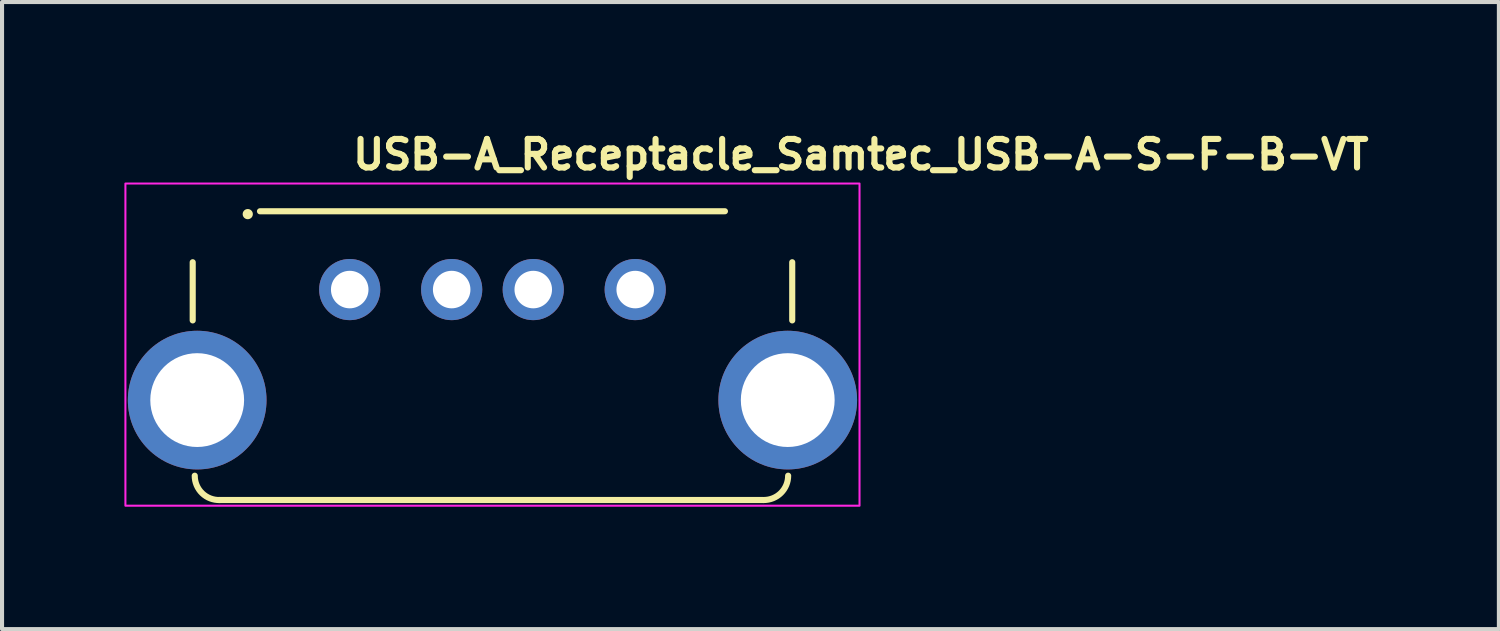
<source format=kicad_pcb>
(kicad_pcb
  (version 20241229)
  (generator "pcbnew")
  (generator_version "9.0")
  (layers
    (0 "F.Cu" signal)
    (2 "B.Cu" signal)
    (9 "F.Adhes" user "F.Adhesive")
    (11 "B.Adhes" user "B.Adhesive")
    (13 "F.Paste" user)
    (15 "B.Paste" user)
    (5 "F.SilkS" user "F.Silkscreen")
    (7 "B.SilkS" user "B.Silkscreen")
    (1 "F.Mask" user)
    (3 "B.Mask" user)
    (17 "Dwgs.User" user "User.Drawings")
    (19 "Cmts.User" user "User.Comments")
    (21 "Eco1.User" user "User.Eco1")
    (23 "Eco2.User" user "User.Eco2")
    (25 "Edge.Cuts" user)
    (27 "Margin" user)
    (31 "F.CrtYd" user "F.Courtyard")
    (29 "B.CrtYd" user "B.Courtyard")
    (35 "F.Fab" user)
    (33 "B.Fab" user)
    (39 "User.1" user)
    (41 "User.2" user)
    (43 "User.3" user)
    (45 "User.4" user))
  (footprint "USB-A_Receptacle_Samtec_USB-A-S-F-B-VT"
    (layer "F.Cu")
    (at 5.525 4.05)
    (property "Reference" "USB-A_Receptacle_Samtec_USB-A-S-F-B-VT" (at 0 -2.9 0) (unlocked yes) (layer "F.SilkS") (effects (font (size 0.7 0.7) (thickness 0.15)) (justify left bottom)))
    (attr through_hole)
    (fp_line (start -3.85 -0.67) (end -3.85 0.756) (stroke (width 0.15) (type solid)) (layer "F.SilkS"))
    (fp_line (start 9.2 -1.92) (end -2.2 -1.92) (stroke (width 0.15) (type solid)) (layer "F.SilkS"))
    (fp_line (start 10.15 5.16) (end -3.2 5.16) (stroke (width 0.15) (type solid)) (layer "F.SilkS"))
    (fp_line (start 10.85 -0.67) (end 10.85 0.756) (stroke (width 0.15) (type solid)) (layer "F.SilkS"))
    (fp_arc (start -3.184 5.16) (mid -3.619 4.993) (end -3.8 4.564) (stroke (width 0.15) (type solid)) (layer "F.SilkS"))
    (fp_arc (start 10.75 4.564) (mid 10.574 4.987) (end 10.15 5.16) (stroke (width 0.15) (type solid)) (layer "F.SilkS"))
    (fp_circle (center -2.5 -1.85) (end -2.45 -1.85) (stroke (width 0.15) (type solid)) (fill yes) (layer "F.SilkS"))
    (fp_rect (start -5.5 -2.6) (end 12.5 5.3) (stroke (width 0.05) (type solid)) (fill no) (layer "F.CrtYd"))
    (fp_rect (start -4.15 -2.253) (end 11.15 4.747) (stroke (width 0.1) (type solid)) (fill no) (layer "User.5"))
    (fp_line (start -4.15 2.044) (end -4.149 2.042) (stroke (width 0.02) (type solid)) (layer "User.9"))
    (fp_line (start -4.15 2.046) (end -4.15 2.044) (stroke (width 0.02) (type solid)) (layer "User.9"))
    (fp_line (start -4.15 3.298) (end -4.15 2.046) (stroke (width 0.02) (type solid)) (layer "User.9"))
    (fp_line (start -4.149 2.042) (end -4.148 2.04) (stroke (width 0.02) (type solid)) (layer "User.9"))
    (fp_line (start -4.149 3.302) (end -4.15 3.298) (stroke (width 0.02) (type solid)) (layer "User.9"))
    (fp_line (start -4.148 2.04) (end -4.147 2.038) (stroke (width 0.02) (type solid)) (layer "User.9"))
    (fp_line (start -4.147 2.038) (end -4.146 2.037) (stroke (width 0.02) (type solid)) (layer "User.9"))
    (fp_line (start -4.147 3.306) (end -4.149 3.302) (stroke (width 0.02) (type solid)) (layer "User.9"))
    (fp_line (start -4.146 2.037) (end -4.145 2.035) (stroke (width 0.02) (type solid)) (layer "User.9"))
    (fp_line (start -4.145 2.035) (end -4.143 2.033) (stroke (width 0.02) (type solid)) (layer "User.9"))
    (fp_line (start -4.145 3.309) (end -4.147 3.306) (stroke (width 0.02) (type solid)) (layer "User.9"))
    (fp_line (start -4.143 2.033) (end -4.141 2.032) (stroke (width 0.02) (type solid)) (layer "User.9"))
    (fp_line (start -4.141 2.032) (end -4.139 2.03) (stroke (width 0.02) (type solid)) (layer "User.9"))
    (fp_line (start -4.141 3.312) (end -4.145 3.309) (stroke (width 0.02) (type solid)) (layer "User.9"))
    (fp_line (start -4.139 2.03) (end -4.136 2.028) (stroke (width 0.02) (type solid)) (layer "User.9"))
    (fp_line (start -4.136 2.028) (end -4.133 2.026) (stroke (width 0.02) (type solid)) (layer "User.9"))
    (fp_line (start -4.136 3.316) (end -4.141 3.312) (stroke (width 0.02) (type solid)) (layer "User.9"))
    (fp_line (start -4.133 2.026) (end -4.13 2.025) (stroke (width 0.02) (type solid)) (layer "User.9"))
    (fp_line (start -4.13 2.025) (end -4.127 2.023) (stroke (width 0.02) (type solid)) (layer "User.9"))
    (fp_line (start -4.13 3.319) (end -4.136 3.316) (stroke (width 0.02) (type solid)) (layer "User.9"))
    (fp_line (start -4.127 2.023) (end -4.124 2.021) (stroke (width 0.02) (type solid)) (layer "User.9"))
    (fp_line (start -4.124 2.021) (end -4.12 2.02) (stroke (width 0.02) (type solid)) (layer "User.9"))
    (fp_line (start -4.124 3.323) (end -4.13 3.319) (stroke (width 0.02) (type solid)) (layer "User.9"))
    (fp_line (start -4.12 2.02) (end -4.116 2.018) (stroke (width 0.02) (type solid)) (layer "User.9"))
    (fp_line (start -4.116 2.018) (end -4.111 2.016) (stroke (width 0.02) (type solid)) (layer "User.9"))
    (fp_line (start -4.116 3.326) (end -4.124 3.323) (stroke (width 0.02) (type solid)) (layer "User.9"))
    (fp_line (start -4.111 2.016) (end -4.107 2.015) (stroke (width 0.02) (type solid)) (layer "User.9"))
    (fp_line (start -4.107 2.015) (end -4.097 2.012) (stroke (width 0.02) (type solid)) (layer "User.9"))
    (fp_line (start -4.107 3.329) (end -4.116 3.326) (stroke (width 0.02) (type solid)) (layer "User.9"))
    (fp_line (start -4.097 2.012) (end -4.086 2.008) (stroke (width 0.02) (type solid)) (layer "User.9"))
    (fp_line (start -4.097 3.332) (end -4.107 3.329) (stroke (width 0.02) (type solid)) (layer "User.9"))
    (fp_line (start -4.086 2.008) (end -4.074 2.005) (stroke (width 0.02) (type solid)) (layer "User.9"))
    (fp_line (start -4.086 3.336) (end -4.097 3.332) (stroke (width 0.02) (type solid)) (layer "User.9"))
    (fp_line (start -4.074 2.005) (end -4.061 2.002) (stroke (width 0.02) (type solid)) (layer "User.9"))
    (fp_line (start -4.074 3.339) (end -4.086 3.336) (stroke (width 0.02) (type solid)) (layer "User.9"))
    (fp_line (start -4.061 2.002) (end -4.048 1.999) (stroke (width 0.02) (type solid)) (layer "User.9"))
    (fp_line (start -4.061 3.342) (end -4.074 3.339) (stroke (width 0.02) (type solid)) (layer "User.9"))
    (fp_line (start -4.048 1.999) (end -4.033 1.996) (stroke (width 0.02) (type solid)) (layer "User.9"))
    (fp_line (start -4.048 3.345) (end -4.061 3.342) (stroke (width 0.02) (type solid)) (layer "User.9"))
    (fp_line (start -4.033 1.996) (end -4.017 1.993) (stroke (width 0.02) (type solid)) (layer "User.9"))
    (fp_line (start -4.017 1.993) (end -3.75 1.945) (stroke (width 0.02) (type solid)) (layer "User.9"))
    (fp_line (start -4.017 3.351) (end -4.048 3.345) (stroke (width 0.02) (type solid)) (layer "User.9"))
    (fp_line (start -3.75 -0.703) (end -3.75 3.197) (stroke (width 0.02) (type solid)) (layer "User.9"))
    (fp_line (start -3.75 3.197) (end -3.05 3.197) (stroke (width 0.02) (type solid)) (layer "User.9"))
    (fp_line (start -3.183 3.501) (end -4.017 3.351) (stroke (width 0.02) (type solid)) (layer "User.9"))
    (fp_line (start -3.183 3.501) (end -3.152 3.507) (stroke (width 0.02) (type solid)) (layer "User.9"))
    (fp_line (start -3.152 3.507) (end -3.138 3.51) (stroke (width 0.02) (type solid)) (layer "User.9"))
    (fp_line (start -3.15 -1.543) (end -2.805 -1.543) (stroke (width 0.02) (type solid)) (layer "User.9"))
    (fp_line (start -3.15 -0.743) (end -3.15 -1.543) (stroke (width 0.02) (type solid)) (layer "User.9"))
    (fp_line (start -3.15 -0.743) (end -3.05 -0.743) (stroke (width 0.02) (type solid)) (layer "User.9"))
    (fp_line (start -3.138 3.51) (end -3.126 3.513) (stroke (width 0.02) (type solid)) (layer "User.9"))
    (fp_line (start -3.126 3.513) (end -3.114 3.516) (stroke (width 0.02) (type solid)) (layer "User.9"))
    (fp_line (start -3.114 3.516) (end -3.103 3.519) (stroke (width 0.02) (type solid)) (layer "User.9"))
    (fp_line (start -3.103 3.519) (end -3.093 3.522) (stroke (width 0.02) (type solid)) (layer "User.9"))
    (fp_line (start -3.093 3.522) (end -3.084 3.526) (stroke (width 0.02) (type solid)) (layer "User.9"))
    (fp_line (start -3.084 3.526) (end -3.076 3.529) (stroke (width 0.02) (type solid)) (layer "User.9"))
    (fp_line (start -3.076 3.529) (end -3.07 3.532) (stroke (width 0.02) (type solid)) (layer "User.9"))
    (fp_line (start -3.07 3.532) (end -3.064 3.536) (stroke (width 0.02) (type solid)) (layer "User.9"))
    (fp_line (start -3.064 3.536) (end -3.059 3.539) (stroke (width 0.02) (type solid)) (layer "User.9"))
    (fp_line (start -3.059 3.539) (end -3.055 3.543) (stroke (width 0.02) (type solid)) (layer "User.9"))
    (fp_line (start -3.055 3.543) (end -3.052 3.546) (stroke (width 0.02) (type solid)) (layer "User.9"))
    (fp_line (start -3.052 3.546) (end -3.051 3.55) (stroke (width 0.02) (type solid)) (layer "User.9"))
    (fp_line (start -3.051 3.55) (end -3.05 3.553) (stroke (width 0.02) (type solid)) (layer "User.9"))
    (fp_line (start -3.05 -1.113) (end -3.05 -0.703) (stroke (width 0.02) (type solid)) (layer "User.9"))
    (fp_line (start -3.05 -0.703) (end -3.75 -0.703) (stroke (width 0.02) (type solid)) (layer "User.9"))
    (fp_line (start -3.05 3.197) (end -3.05 3.553) (stroke (width 0.02) (type solid)) (layer "User.9"))
    (fp_line (start -3.05 3.197) (end -3.05 3.607) (stroke (width 0.02) (type solid)) (layer "User.9"))
    (fp_line (start -3.05 3.607) (end -3.049 3.632) (stroke (width 0.02) (type solid)) (layer "User.9"))
    (fp_line (start -3.049 -1.138) (end -3.05 -1.113) (stroke (width 0.02) (type solid)) (layer "User.9"))
    (fp_line (start -3.049 3.632) (end -3.048 3.656) (stroke (width 0.02) (type solid)) (layer "User.9"))
    (fp_line (start -3.048 -1.162) (end -3.049 -1.138) (stroke (width 0.02) (type solid)) (layer "User.9"))
    (fp_line (start -3.048 3.656) (end -3.044 3.681) (stroke (width 0.02) (type solid)) (layer "User.9"))
    (fp_line (start -3.044 -1.187) (end -3.048 -1.162) (stroke (width 0.02) (type solid)) (layer "User.9"))
    (fp_line (start -3.044 3.681) (end -3.04 3.705) (stroke (width 0.02) (type solid)) (layer "User.9"))
    (fp_line (start -3.04 -1.211) (end -3.044 -1.187) (stroke (width 0.02) (type solid)) (layer "User.9"))
    (fp_line (start -3.04 3.705) (end -3.035 3.729) (stroke (width 0.02) (type solid)) (layer "User.9"))
    (fp_line (start -3.035 -1.235) (end -3.04 -1.211) (stroke (width 0.02) (type solid)) (layer "User.9"))
    (fp_line (start -3.035 3.729) (end -3.028 3.752) (stroke (width 0.02) (type solid)) (layer "User.9"))
    (fp_line (start -3.028 -1.258) (end -3.035 -1.235) (stroke (width 0.02) (type solid)) (layer "User.9"))
    (fp_line (start -3.028 3.752) (end -3.021 3.776) (stroke (width 0.02) (type solid)) (layer "User.9"))
    (fp_line (start -3.021 -1.282) (end -3.028 -1.258) (stroke (width 0.02) (type solid)) (layer "User.9"))
    (fp_line (start -3.021 3.776) (end -3.012 3.798) (stroke (width 0.02) (type solid)) (layer "User.9"))
    (fp_line (start -3.012 -1.304) (end -3.021 -1.282) (stroke (width 0.02) (type solid)) (layer "User.9"))
    (fp_line (start -3.012 3.798) (end -3.002 3.821) (stroke (width 0.02) (type solid)) (layer "User.9"))
    (fp_line (start -3.002 -1.327) (end -3.012 -1.304) (stroke (width 0.02) (type solid)) (layer "User.9"))
    (fp_line (start -3.002 3.821) (end -2.991 3.842) (stroke (width 0.02) (type solid)) (layer "User.9"))
    (fp_line (start -2.991 -1.348) (end -3.002 -1.327) (stroke (width 0.02) (type solid)) (layer "User.9"))
    (fp_line (start -2.991 3.842) (end -2.979 3.864) (stroke (width 0.02) (type solid)) (layer "User.9"))
    (fp_line (start -2.979 -1.37) (end -2.991 -1.348) (stroke (width 0.02) (type solid)) (layer "User.9"))
    (fp_line (start -2.979 3.864) (end -2.966 3.884) (stroke (width 0.02) (type solid)) (layer "User.9"))
    (fp_line (start -2.966 -1.39) (end -2.979 -1.37) (stroke (width 0.02) (type solid)) (layer "User.9"))
    (fp_line (start -2.966 3.884) (end -2.952 3.904) (stroke (width 0.02) (type solid)) (layer "User.9"))
    (fp_line (start -2.952 -1.41) (end -2.966 -1.39) (stroke (width 0.02) (type solid)) (layer "User.9"))
    (fp_line (start -2.952 3.904) (end -2.937 3.924) (stroke (width 0.02) (type solid)) (layer "User.9"))
    (fp_line (start -2.937 -1.43) (end -2.952 -1.41) (stroke (width 0.02) (type solid)) (layer "User.9"))
    (fp_line (start -2.937 3.924) (end -2.921 3.943) (stroke (width 0.02) (type solid)) (layer "User.9"))
    (fp_line (start -2.921 -1.449) (end -2.937 -1.43) (stroke (width 0.02) (type solid)) (layer "User.9"))
    (fp_line (start -2.921 3.943) (end -2.904 3.961) (stroke (width 0.02) (type solid)) (layer "User.9"))
    (fp_line (start -2.904 -1.467) (end -2.921 -1.449) (stroke (width 0.02) (type solid)) (layer "User.9"))
    (fp_line (start -2.904 -1.467) (end -2.904 -1.467) (stroke (width 0.02) (type solid)) (layer "User.9"))
    (fp_line (start -2.904 3.961) (end -2.904 3.961) (stroke (width 0.02) (type solid)) (layer "User.9"))
    (fp_line (start -2.904 3.961) (end -2.886 3.978) (stroke (width 0.02) (type solid)) (layer "User.9"))
    (fp_line (start -2.886 -1.484) (end -2.904 -1.467) (stroke (width 0.02) (type solid)) (layer "User.9"))
    (fp_line (start -2.886 3.978) (end -2.867 3.994) (stroke (width 0.02) (type solid)) (layer "User.9"))
    (fp_line (start -2.867 -1.5) (end -2.886 -1.484) (stroke (width 0.02) (type solid)) (layer "User.9"))
    (fp_line (start -2.867 3.994) (end -2.847 4.009) (stroke (width 0.02) (type solid)) (layer "User.9"))
    (fp_line (start -2.847 -1.515) (end -2.867 -1.5) (stroke (width 0.02) (type solid)) (layer "User.9"))
    (fp_line (start -2.847 4.009) (end -2.827 4.023) (stroke (width 0.02) (type solid)) (layer "User.9"))
    (fp_line (start -2.827 -1.529) (end -2.847 -1.515) (stroke (width 0.02) (type solid)) (layer "User.9"))
    (fp_line (start -2.827 4.023) (end -2.807 4.036) (stroke (width 0.02) (type solid)) (layer "User.9"))
    (fp_line (start -2.807 -1.542) (end -2.827 -1.529) (stroke (width 0.02) (type solid)) (layer "User.9"))
    (fp_line (start -2.807 4.036) (end -2.785 4.048) (stroke (width 0.02) (type solid)) (layer "User.9"))
    (fp_line (start -2.785 -1.554) (end -2.807 -1.542) (stroke (width 0.02) (type solid)) (layer "User.9"))
    (fp_line (start -2.785 4.048) (end -2.764 4.059) (stroke (width 0.02) (type solid)) (layer "User.9"))
    (fp_line (start -2.764 -1.565) (end -2.785 -1.554) (stroke (width 0.02) (type solid)) (layer "User.9"))
    (fp_line (start -2.764 4.059) (end -2.741 4.069) (stroke (width 0.02) (type solid)) (layer "User.9"))
    (fp_line (start -2.75 -1.313) (end -2.75 -1.113) (stroke (width 0.02) (type solid)) (layer "User.9"))
    (fp_line (start -2.75 -1.123) (end -2.75 -1.113) (stroke (width 0.02) (type solid)) (layer "User.9"))
    (fp_line (start -2.75 -1.113) (end -2.75 3.607) (stroke (width 0.02) (type solid)) (layer "User.9"))
    (fp_line (start -2.75 0.547) (end -2.432 0.547) (stroke (width 0.02) (type solid)) (layer "User.9"))
    (fp_line (start -2.75 1.947) (end -2.432 1.947) (stroke (width 0.02) (type solid)) (layer "User.9"))
    (fp_line (start -2.75 3.607) (end -2.75 3.617) (stroke (width 0.02) (type solid)) (layer "User.9"))
    (fp_line (start -2.75 3.607) (end -2.75 3.807) (stroke (width 0.02) (type solid)) (layer "User.9"))
    (fp_line (start -2.75 3.617) (end -2.749 3.627) (stroke (width 0.02) (type solid)) (layer "User.9"))
    (fp_line (start -2.749 -1.133) (end -2.75 -1.123) (stroke (width 0.02) (type solid)) (layer "User.9"))
    (fp_line (start -2.749 3.627) (end -2.748 3.637) (stroke (width 0.02) (type solid)) (layer "User.9"))
    (fp_line (start -2.748 -1.143) (end -2.749 -1.133) (stroke (width 0.02) (type solid)) (layer "User.9"))
    (fp_line (start -2.748 3.637) (end -2.746 3.647) (stroke (width 0.02) (type solid)) (layer "User.9"))
    (fp_line (start -2.746 -1.153) (end -2.748 -1.143) (stroke (width 0.02) (type solid)) (layer "User.9"))
    (fp_line (start -2.746 3.647) (end -2.744 3.657) (stroke (width 0.02) (type solid)) (layer "User.9"))
    (fp_line (start -2.744 -1.163) (end -2.746 -1.153) (stroke (width 0.02) (type solid)) (layer "User.9"))
    (fp_line (start -2.744 3.657) (end -2.741 3.666) (stroke (width 0.02) (type solid)) (layer "User.9"))
    (fp_line (start -2.741 -1.575) (end -2.764 -1.565) (stroke (width 0.02) (type solid)) (layer "User.9"))
    (fp_line (start -2.741 -1.172) (end -2.744 -1.163) (stroke (width 0.02) (type solid)) (layer "User.9"))
    (fp_line (start -2.741 3.666) (end -2.738 3.676) (stroke (width 0.02) (type solid)) (layer "User.9"))
    (fp_line (start -2.741 4.069) (end -2.719 4.078) (stroke (width 0.02) (type solid)) (layer "User.9"))
    (fp_line (start -2.738 -1.182) (end -2.741 -1.172) (stroke (width 0.02) (type solid)) (layer "User.9"))
    (fp_line (start -2.738 3.676) (end -2.734 3.685) (stroke (width 0.02) (type solid)) (layer "User.9"))
    (fp_line (start -2.734 -1.191) (end -2.738 -1.182) (stroke (width 0.02) (type solid)) (layer "User.9"))
    (fp_line (start -2.734 3.685) (end -2.73 3.694) (stroke (width 0.02) (type solid)) (layer "User.9"))
    (fp_line (start -2.73 -1.2) (end -2.734 -1.191) (stroke (width 0.02) (type solid)) (layer "User.9"))
    (fp_line (start -2.73 3.694) (end -2.726 3.702) (stroke (width 0.02) (type solid)) (layer "User.9"))
    (fp_line (start -2.726 -1.208) (end -2.73 -1.2) (stroke (width 0.02) (type solid)) (layer "User.9"))
    (fp_line (start -2.726 3.702) (end -2.721 3.711) (stroke (width 0.02) (type solid)) (layer "User.9"))
    (fp_line (start -2.721 -1.217) (end -2.726 -1.208) (stroke (width 0.02) (type solid)) (layer "User.9"))
    (fp_line (start -2.721 3.711) (end -2.716 3.719) (stroke (width 0.02) (type solid)) (layer "User.9"))
    (fp_line (start -2.719 -1.584) (end -2.741 -1.575) (stroke (width 0.02) (type solid)) (layer "User.9"))
    (fp_line (start -2.719 4.078) (end -2.695 4.085) (stroke (width 0.02) (type solid)) (layer "User.9"))
    (fp_line (start -2.716 -1.225) (end -2.721 -1.217) (stroke (width 0.02) (type solid)) (layer "User.9"))
    (fp_line (start -2.716 3.719) (end -2.71 3.727) (stroke (width 0.02) (type solid)) (layer "User.9"))
    (fp_line (start -2.71 -1.233) (end -2.716 -1.225) (stroke (width 0.02) (type solid)) (layer "User.9"))
    (fp_line (start -2.71 3.727) (end -2.704 3.734) (stroke (width 0.02) (type solid)) (layer "User.9"))
    (fp_line (start -2.704 -1.24) (end -2.71 -1.233) (stroke (width 0.02) (type solid)) (layer "User.9"))
    (fp_line (start -2.704 3.734) (end -2.698 3.741) (stroke (width 0.02) (type solid)) (layer "User.9"))
    (fp_line (start -2.698 -1.247) (end -2.704 -1.24) (stroke (width 0.02) (type solid)) (layer "User.9"))
    (fp_line (start -2.698 3.741) (end -2.691 3.748) (stroke (width 0.02) (type solid)) (layer "User.9"))
    (fp_line (start -2.695 -1.591) (end -2.719 -1.584) (stroke (width 0.02) (type solid)) (layer "User.9"))
    (fp_line (start -2.695 4.085) (end -2.672 4.092) (stroke (width 0.02) (type solid)) (layer "User.9"))
    (fp_line (start -2.691 -1.254) (end -2.698 -1.247) (stroke (width 0.02) (type solid)) (layer "User.9"))
    (fp_line (start -2.691 3.748) (end -2.684 3.755) (stroke (width 0.02) (type solid)) (layer "User.9"))
    (fp_line (start -2.684 -1.261) (end -2.691 -1.254) (stroke (width 0.02) (type solid)) (layer "User.9"))
    (fp_line (start -2.684 3.755) (end -2.677 3.761) (stroke (width 0.02) (type solid)) (layer "User.9"))
    (fp_line (start -2.677 -1.267) (end -2.684 -1.261) (stroke (width 0.02) (type solid)) (layer "User.9"))
    (fp_line (start -2.677 3.761) (end -2.67 3.767) (stroke (width 0.02) (type solid)) (layer "User.9"))
    (fp_line (start -2.672 -1.598) (end -2.695 -1.591) (stroke (width 0.02) (type solid)) (layer "User.9"))
    (fp_line (start -2.672 4.092) (end -2.648 4.097) (stroke (width 0.02) (type solid)) (layer "User.9"))
    (fp_line (start -2.67 -1.273) (end -2.677 -1.267) (stroke (width 0.02) (type solid)) (layer "User.9"))
    (fp_line (start -2.67 3.767) (end -2.662 3.773) (stroke (width 0.02) (type solid)) (layer "User.9"))
    (fp_line (start -2.662 -1.279) (end -2.67 -1.273) (stroke (width 0.02) (type solid)) (layer "User.9"))
    (fp_line (start -2.662 3.773) (end -2.654 3.778) (stroke (width 0.02) (type solid)) (layer "User.9"))
    (fp_line (start -2.654 -1.284) (end -2.662 -1.279) (stroke (width 0.02) (type solid)) (layer "User.9"))
    (fp_line (start -2.654 3.778) (end -2.645 3.783) (stroke (width 0.02) (type solid)) (layer "User.9"))
    (fp_line (start -2.648 -1.603) (end -2.672 -1.598) (stroke (width 0.02) (type solid)) (layer "User.9"))
    (fp_line (start -2.648 4.097) (end -2.624 4.102) (stroke (width 0.02) (type solid)) (layer "User.9"))
    (fp_line (start -2.645 -1.289) (end -2.654 -1.284) (stroke (width 0.02) (type solid)) (layer "User.9"))
    (fp_line (start -2.645 3.783) (end -2.637 3.787) (stroke (width 0.02) (type solid)) (layer "User.9"))
    (fp_line (start -2.637 -1.293) (end -2.645 -1.289) (stroke (width 0.02) (type solid)) (layer "User.9"))
    (fp_line (start -2.637 3.787) (end -2.628 3.791) (stroke (width 0.02) (type solid)) (layer "User.9"))
    (fp_line (start -2.628 -1.297) (end -2.637 -1.293) (stroke (width 0.02) (type solid)) (layer "User.9"))
    (fp_line (start -2.628 3.791) (end -2.619 3.795) (stroke (width 0.02) (type solid)) (layer "User.9"))
    (fp_line (start -2.624 -1.608) (end -2.648 -1.603) (stroke (width 0.02) (type solid)) (layer "User.9"))
    (fp_line (start -2.624 4.102) (end -2.599 4.105) (stroke (width 0.02) (type solid)) (layer "User.9"))
    (fp_line (start -2.619 -1.301) (end -2.628 -1.297) (stroke (width 0.02) (type solid)) (layer "User.9"))
    (fp_line (start -2.619 3.795) (end -2.609 3.798) (stroke (width 0.02) (type solid)) (layer "User.9"))
    (fp_line (start -2.609 -1.304) (end -2.619 -1.301) (stroke (width 0.02) (type solid)) (layer "User.9"))
    (fp_line (start -2.609 3.798) (end -2.6 3.801) (stroke (width 0.02) (type solid)) (layer "User.9"))
    (fp_line (start -2.6 -1.307) (end -2.609 -1.304) (stroke (width 0.02) (type solid)) (layer "User.9"))
    (fp_line (start -2.6 3.801) (end -2.59 3.803) (stroke (width 0.02) (type solid)) (layer "User.9"))
    (fp_line (start -2.599 -1.611) (end -2.624 -1.608) (stroke (width 0.02) (type solid)) (layer "User.9"))
    (fp_line (start -2.599 4.105) (end -2.575 4.106) (stroke (width 0.02) (type solid)) (layer "User.9"))
    (fp_line (start -2.59 -1.309) (end -2.6 -1.307) (stroke (width 0.02) (type solid)) (layer "User.9"))
    (fp_line (start -2.59 3.803) (end -2.58 3.805) (stroke (width 0.02) (type solid)) (layer "User.9"))
    (fp_line (start -2.58 -1.311) (end -2.59 -1.309) (stroke (width 0.02) (type solid)) (layer "User.9"))
    (fp_line (start -2.58 3.805) (end -2.57 3.806) (stroke (width 0.02) (type solid)) (layer "User.9"))
    (fp_line (start -2.575 -1.612) (end -2.599 -1.611) (stroke (width 0.02) (type solid)) (layer "User.9"))
    (fp_line (start -2.575 4.106) (end -2.55 4.107) (stroke (width 0.02) (type solid)) (layer "User.9"))
    (fp_line (start -2.57 -1.312) (end -2.58 -1.311) (stroke (width 0.02) (type solid)) (layer "User.9"))
    (fp_line (start -2.57 3.806) (end -2.56 3.807) (stroke (width 0.02) (type solid)) (layer "User.9"))
    (fp_line (start -2.56 -1.313) (end -2.57 -1.312) (stroke (width 0.02) (type solid)) (layer "User.9"))
    (fp_line (start -2.56 3.807) (end -2.55 3.807) (stroke (width 0.02) (type solid)) (layer "User.9"))
    (fp_line (start -2.55 -1.613) (end -2.575 -1.612) (stroke (width 0.02) (type solid)) (layer "User.9"))
    (fp_line (start -2.55 -1.313) (end -2.75 -1.313) (stroke (width 0.02) (type solid)) (layer "User.9"))
    (fp_line (start -2.55 -1.313) (end -2.56 -1.313) (stroke (width 0.02) (type solid)) (layer "User.9"))
    (fp_line (start -2.55 3.807) (end -2.75 3.807) (stroke (width 0.02) (type solid)) (layer "User.9"))
    (fp_line (start -2.55 3.807) (end 9.55 3.807) (stroke (width 0.02) (type solid)) (layer "User.9"))
    (fp_line (start -2.55 4.107) (end -2 4.107) (stroke (width 0.02) (type solid)) (layer "User.9"))
    (fp_line (start -2.432 0.547) (end -2.432 1.947) (stroke (width 0.02) (type solid)) (layer "User.9"))
    (fp_line (start -2.432 0.547) (end -2.409 0.547) (stroke (width 0.02) (type solid)) (layer "User.9"))
    (fp_line (start -2.432 1.947) (end -2.409 1.947) (stroke (width 0.02) (type solid)) (layer "User.9"))
    (fp_line (start -2.409 1.947) (end -2.409 0.547) (stroke (width 0.02) (type solid)) (layer "User.9"))
    (fp_line (start -2.05 -0.103) (end -2.05 -0.603) (stroke (width 0.02) (type solid)) (layer "User.9"))
    (fp_line (start -2.05 0.747) (end -2.05 -0.103) (stroke (width 0.02) (type solid)) (layer "User.9"))
    (fp_line (start -2.05 1.247) (end -2.05 0.747) (stroke (width 0.02) (type solid)) (layer "User.9"))
    (fp_line (start -2 -2.253) (end -2 -1.613) (stroke (width 0.02) (type solid)) (layer "User.9"))
    (fp_line (start -2 -1.613) (end -2.55 -1.613) (stroke (width 0.02) (type solid)) (layer "User.9"))
    (fp_line (start -2 4.107) (end -2 4.747) (stroke (width 0.02) (type solid)) (layer "User.9"))
    (fp_line (start -2 4.747) (end 9 4.747) (stroke (width 0.02) (type solid)) (layer "User.9"))
    (fp_line (start -0.675 -1.313) (end -0.675 -0.705) (stroke (width 0.02) (type solid)) (layer "User.9"))
    (fp_line (start -0.675 -0.705) (end -0.675 -0.613) (stroke (width 0.02) (type solid)) (layer "User.9"))
    (fp_line (start -0.675 -0.613) (end 1.675 -0.613) (stroke (width 0.02) (type solid)) (layer "User.9"))
    (fp_line (start -0.675 3.107) (end -0.675 3.199) (stroke (width 0.02) (type solid)) (layer "User.9"))
    (fp_line (start -0.675 3.107) (end 1.675 3.107) (stroke (width 0.02) (type solid)) (layer "User.9"))
    (fp_line (start -0.675 3.199) (end -0.675 3.807) (stroke (width 0.02) (type solid)) (layer "User.9"))
    (fp_line (start -0.6 1.247) (end -0.6 2.19) (stroke (width 0.02) (type solid)) (layer "User.9"))
    (fp_line (start -0.5 1.772) (end -0.5 1.247) (stroke (width 0.02) (type solid)) (layer "User.9"))
    (fp_line (start -0.5 2.047) (end -0.5 1.772) (stroke (width 0.02) (type solid)) (layer "User.9"))
    (fp_line (start -0.5 2.047) (end 0.5 2.047) (stroke (width 0.02) (type solid)) (layer "User.9"))
    (fp_line (start 0.5 1.247) (end 0.5 1.772) (stroke (width 0.02) (type solid)) (layer "User.9"))
    (fp_line (start 0.5 1.772) (end 0.5 2.047) (stroke (width 0.02) (type solid)) (layer "User.9"))
    (fp_line (start 0.6 1.247) (end 0.6 2.19) (stroke (width 0.02) (type solid)) (layer "User.9"))
    (fp_line (start 0.6 2.19) (end -0.6 2.19) (stroke (width 0.02) (type solid)) (layer "User.9"))
    (fp_line (start 1.675 -1.313) (end 1.675 -0.705) (stroke (width 0.02) (type solid)) (layer "User.9"))
    (fp_line (start 1.675 -0.705) (end 1.675 -0.613) (stroke (width 0.02) (type solid)) (layer "User.9"))
    (fp_line (start 1.675 3.107) (end 1.675 3.199) (stroke (width 0.02) (type solid)) (layer "User.9"))
    (fp_line (start 1.675 3.199) (end 1.675 3.807) (stroke (width 0.02) (type solid)) (layer "User.9"))
    (fp_line (start 1.9 1.247) (end 1.9 2.19) (stroke (width 0.02) (type solid)) (layer "User.9"))
    (fp_line (start 2 1.772) (end 2 1.247) (stroke (width 0.02) (type solid)) (layer "User.9"))
    (fp_line (start 2 2.047) (end 2 1.772) (stroke (width 0.02) (type solid)) (layer "User.9"))
    (fp_line (start 2 2.047) (end 3 2.047) (stroke (width 0.02) (type solid)) (layer "User.9"))
    (fp_line (start 3 1.247) (end 3 1.772) (stroke (width 0.02) (type solid)) (layer "User.9"))
    (fp_line (start 3 1.772) (end 3 2.047) (stroke (width 0.02) (type solid)) (layer "User.9"))
    (fp_line (start 3.1 1.247) (end 3.1 2.19) (stroke (width 0.02) (type solid)) (layer "User.9"))
    (fp_line (start 3.1 2.19) (end 1.9 2.19) (stroke (width 0.02) (type solid)) (layer "User.9"))
    (fp_line (start 3.9 1.247) (end 3.9 2.19) (stroke (width 0.02) (type solid)) (layer "User.9"))
    (fp_line (start 4 1.772) (end 4 1.247) (stroke (width 0.02) (type solid)) (layer "User.9"))
    (fp_line (start 4 2.047) (end 4 1.772) (stroke (width 0.02) (type solid)) (layer "User.9"))
    (fp_line (start 4 2.047) (end 5 2.047) (stroke (width 0.02) (type solid)) (layer "User.9"))
    (fp_line (start 5 1.247) (end 5 1.772) (stroke (width 0.02) (type solid)) (layer "User.9"))
    (fp_line (start 5 1.772) (end 5 2.047) (stroke (width 0.02) (type solid)) (layer "User.9"))
    (fp_line (start 5.1 1.247) (end 5.1 2.19) (stroke (width 0.02) (type solid)) (layer "User.9"))
    (fp_line (start 5.1 2.19) (end 3.9 2.19) (stroke (width 0.02) (type solid)) (layer "User.9"))
    (fp_line (start 5.325 -1.313) (end 5.325 -0.705) (stroke (width 0.02) (type solid)) (layer "User.9"))
    (fp_line (start 5.325 -0.705) (end 5.325 -0.613) (stroke (width 0.02) (type solid)) (layer "User.9"))
    (fp_line (start 5.325 -0.613) (end 7.675 -0.613) (stroke (width 0.02) (type solid)) (layer "User.9"))
    (fp_line (start 5.325 3.107) (end 5.325 3.199) (stroke (width 0.02) (type solid)) (layer "User.9"))
    (fp_line (start 5.325 3.107) (end 7.675 3.107) (stroke (width 0.02) (type solid)) (layer "User.9"))
    (fp_line (start 5.325 3.199) (end 5.325 3.807) (stroke (width 0.02) (type solid)) (layer "User.9"))
    (fp_line (start 6.4 1.247) (end 6.4 2.19) (stroke (width 0.02) (type solid)) (layer "User.9"))
    (fp_line (start 6.5 1.772) (end 6.5 1.247) (stroke (width 0.02) (type solid)) (layer "User.9"))
    (fp_line (start 6.5 2.047) (end 6.5 1.772) (stroke (width 0.02) (type solid)) (layer "User.9"))
    (fp_line (start 6.5 2.047) (end 7.5 2.047) (stroke (width 0.02) (type solid)) (layer "User.9"))
    (fp_line (start 7.5 1.247) (end 7.5 1.772) (stroke (width 0.02) (type solid)) (layer "User.9"))
    (fp_line (start 7.5 1.772) (end 7.5 2.047) (stroke (width 0.02) (type solid)) (layer "User.9"))
    (fp_line (start 7.6 1.247) (end 7.6 2.19) (stroke (width 0.02) (type solid)) (layer "User.9"))
    (fp_line (start 7.6 2.19) (end 6.4 2.19) (stroke (width 0.02) (type solid)) (layer "User.9"))
    (fp_line (start 7.675 -1.313) (end 7.675 -0.705) (stroke (width 0.02) (type solid)) (layer "User.9"))
    (fp_line (start 7.675 -0.705) (end 7.675 -0.613) (stroke (width 0.02) (type solid)) (layer "User.9"))
    (fp_line (start 7.675 3.107) (end 7.675 3.199) (stroke (width 0.02) (type solid)) (layer "User.9"))
    (fp_line (start 7.675 3.199) (end 7.675 3.807) (stroke (width 0.02) (type solid)) (layer "User.9"))
    (fp_line (start 9 -2.253) (end -2 -2.253) (stroke (width 0.02) (type solid)) (layer "User.9"))
    (fp_line (start 9 -1.613) (end 9 -2.253) (stroke (width 0.02) (type solid)) (layer "User.9"))
    (fp_line (start 9 4.107) (end 9.55 4.107) (stroke (width 0.02) (type solid)) (layer "User.9"))
    (fp_line (start 9 4.747) (end 9 4.107) (stroke (width 0.02) (type solid)) (layer "User.9"))
    (fp_line (start 9.05 -0.603) (end -2.05 -0.603) (stroke (width 0.02) (type solid)) (layer "User.9"))
    (fp_line (start 9.05 -0.603) (end 9.05 -0.103) (stroke (width 0.02) (type solid)) (layer "User.9"))
    (fp_line (start 9.05 -0.103) (end -2.05 -0.103) (stroke (width 0.02) (type solid)) (layer "User.9"))
    (fp_line (start 9.05 -0.103) (end 9.05 0.747) (stroke (width 0.02) (type solid)) (layer "User.9"))
    (fp_line (start 9.05 0.747) (end -2.05 0.747) (stroke (width 0.02) (type solid)) (layer "User.9"))
    (fp_line (start 9.05 0.747) (end 9.05 1.247) (stroke (width 0.02) (type solid)) (layer "User.9"))
    (fp_line (start 9.05 1.247) (end -2.05 1.247) (stroke (width 0.02) (type solid)) (layer "User.9"))
    (fp_line (start 9.409 0.547) (end 9.432 0.547) (stroke (width 0.02) (type solid)) (layer "User.9"))
    (fp_line (start 9.409 1.947) (end 9.409 0.547) (stroke (width 0.02) (type solid)) (layer "User.9"))
    (fp_line (start 9.409 1.947) (end 9.432 1.947) (stroke (width 0.02) (type solid)) (layer "User.9"))
    (fp_line (start 9.432 0.547) (end 9.432 1.947) (stroke (width 0.02) (type solid)) (layer "User.9"))
    (fp_line (start 9.432 0.547) (end 9.75 0.547) (stroke (width 0.02) (type solid)) (layer "User.9"))
    (fp_line (start 9.432 1.947) (end 9.75 1.947) (stroke (width 0.02) (type solid)) (layer "User.9"))
    (fp_line (start 9.55 -1.613) (end 9 -1.613) (stroke (width 0.02) (type solid)) (layer "User.9"))
    (fp_line (start 9.55 -1.313) (end -2.55 -1.313) (stroke (width 0.02) (type solid)) (layer "User.9"))
    (fp_line (start 9.55 3.807) (end 9.56 3.807) (stroke (width 0.02) (type solid)) (layer "User.9"))
    (fp_line (start 9.55 4.107) (end 9.575 4.106) (stroke (width 0.02) (type solid)) (layer "User.9"))
    (fp_line (start 9.56 -1.313) (end 9.55 -1.313) (stroke (width 0.02) (type solid)) (layer "User.9"))
    (fp_line (start 9.56 3.807) (end 9.57 3.806) (stroke (width 0.02) (type solid)) (layer "User.9"))
    (fp_line (start 9.57 -1.312) (end 9.56 -1.313) (stroke (width 0.02) (type solid)) (layer "User.9"))
    (fp_line (start 9.57 3.806) (end 9.58 3.805) (stroke (width 0.02) (type solid)) (layer "User.9"))
    (fp_line (start 9.575 -1.612) (end 9.55 -1.613) (stroke (width 0.02) (type solid)) (layer "User.9"))
    (fp_line (start 9.575 4.106) (end 9.599 4.105) (stroke (width 0.02) (type solid)) (layer "User.9"))
    (fp_line (start 9.58 -1.311) (end 9.57 -1.312) (stroke (width 0.02) (type solid)) (layer "User.9"))
    (fp_line (start 9.58 3.805) (end 9.589 3.803) (stroke (width 0.02) (type solid)) (layer "User.9"))
    (fp_line (start 9.589 -1.309) (end 9.58 -1.311) (stroke (width 0.02) (type solid)) (layer "User.9"))
    (fp_line (start 9.589 3.803) (end 9.599 3.801) (stroke (width 0.02) (type solid)) (layer "User.9"))
    (fp_line (start 9.599 -1.611) (end 9.575 -1.612) (stroke (width 0.02) (type solid)) (layer "User.9"))
    (fp_line (start 9.599 -1.307) (end 9.589 -1.309) (stroke (width 0.02) (type solid)) (layer "User.9"))
    (fp_line (start 9.599 3.801) (end 9.608 3.798) (stroke (width 0.02) (type solid)) (layer "User.9"))
    (fp_line (start 9.599 4.105) (end 9.624 4.102) (stroke (width 0.02) (type solid)) (layer "User.9"))
    (fp_line (start 9.608 -1.304) (end 9.599 -1.307) (stroke (width 0.02) (type solid)) (layer "User.9"))
    (fp_line (start 9.608 3.798) (end 9.617 3.795) (stroke (width 0.02) (type solid)) (layer "User.9"))
    (fp_line (start 9.617 -1.301) (end 9.608 -1.304) (stroke (width 0.02) (type solid)) (layer "User.9"))
    (fp_line (start 9.617 3.795) (end 9.627 3.792) (stroke (width 0.02) (type solid)) (layer "User.9"))
    (fp_line (start 9.624 -1.608) (end 9.599 -1.611) (stroke (width 0.02) (type solid)) (layer "User.9"))
    (fp_line (start 9.624 4.102) (end 9.648 4.097) (stroke (width 0.02) (type solid)) (layer "User.9"))
    (fp_line (start 9.627 -1.298) (end 9.617 -1.301) (stroke (width 0.02) (type solid)) (layer "User.9"))
    (fp_line (start 9.627 3.792) (end 9.636 3.788) (stroke (width 0.02) (type solid)) (layer "User.9"))
    (fp_line (start 9.636 -1.294) (end 9.627 -1.298) (stroke (width 0.02) (type solid)) (layer "User.9"))
    (fp_line (start 9.636 3.788) (end 9.644 3.783) (stroke (width 0.02) (type solid)) (layer "User.9"))
    (fp_line (start 9.644 -1.289) (end 9.636 -1.294) (stroke (width 0.02) (type solid)) (layer "User.9"))
    (fp_line (start 9.644 3.783) (end 9.653 3.779) (stroke (width 0.02) (type solid)) (layer "User.9"))
    (fp_line (start 9.648 -1.603) (end 9.624 -1.608) (stroke (width 0.02) (type solid)) (layer "User.9"))
    (fp_line (start 9.648 4.097) (end 9.672 4.092) (stroke (width 0.02) (type solid)) (layer "User.9"))
    (fp_line (start 9.653 -1.285) (end 9.644 -1.289) (stroke (width 0.02) (type solid)) (layer "User.9"))
    (fp_line (start 9.653 3.779) (end 9.661 3.773) (stroke (width 0.02) (type solid)) (layer "User.9"))
    (fp_line (start 9.661 -1.279) (end 9.653 -1.285) (stroke (width 0.02) (type solid)) (layer "User.9"))
    (fp_line (start 9.661 3.773) (end 9.669 3.768) (stroke (width 0.02) (type solid)) (layer "User.9"))
    (fp_line (start 9.669 -1.274) (end 9.661 -1.279) (stroke (width 0.02) (type solid)) (layer "User.9"))
    (fp_line (start 9.669 3.768) (end 9.677 3.762) (stroke (width 0.02) (type solid)) (layer "User.9"))
    (fp_line (start 9.672 -1.598) (end 9.648 -1.603) (stroke (width 0.02) (type solid)) (layer "User.9"))
    (fp_line (start 9.672 4.092) (end 9.695 4.085) (stroke (width 0.02) (type solid)) (layer "User.9"))
    (fp_line (start 9.677 -1.268) (end 9.669 -1.274) (stroke (width 0.02) (type solid)) (layer "User.9"))
    (fp_line (start 9.677 3.762) (end 9.684 3.755) (stroke (width 0.02) (type solid)) (layer "User.9"))
    (fp_line (start 9.684 -1.261) (end 9.677 -1.268) (stroke (width 0.02) (type solid)) (layer "User.9"))
    (fp_line (start 9.684 3.755) (end 9.691 3.748) (stroke (width 0.02) (type solid)) (layer "User.9"))
    (fp_line (start 9.691 -1.254) (end 9.684 -1.261) (stroke (width 0.02) (type solid)) (layer "User.9"))
    (fp_line (start 9.691 -1.254) (end 9.691 -1.254) (stroke (width 0.02) (type solid)) (layer "User.9"))
    (fp_line (start 9.691 3.748) (end 9.691 3.748) (stroke (width 0.02) (type solid)) (layer "User.9"))
    (fp_line (start 9.691 3.748) (end 9.698 3.741) (stroke (width 0.02) (type solid)) (layer "User.9"))
    (fp_line (start 9.695 -1.591) (end 9.672 -1.598) (stroke (width 0.02) (type solid)) (layer "User.9"))
    (fp_line (start 9.695 4.085) (end 9.719 4.078) (stroke (width 0.02) (type solid)) (layer "User.9"))
    (fp_line (start 9.698 -1.247) (end 9.691 -1.254) (stroke (width 0.02) (type solid)) (layer "User.9"))
    (fp_line (start 9.698 3.741) (end 9.705 3.734) (stroke (width 0.02) (type solid)) (layer "User.9"))
    (fp_line (start 9.705 -1.24) (end 9.698 -1.247) (stroke (width 0.02) (type solid)) (layer "User.9"))
    (fp_line (start 9.705 3.734) (end 9.711 3.726) (stroke (width 0.02) (type solid)) (layer "User.9"))
    (fp_line (start 9.711 -1.232) (end 9.705 -1.24) (stroke (width 0.02) (type solid)) (layer "User.9"))
    (fp_line (start 9.711 3.726) (end 9.716 3.718) (stroke (width 0.02) (type solid)) (layer "User.9"))
    (fp_line (start 9.716 -1.224) (end 9.711 -1.232) (stroke (width 0.02) (type solid)) (layer "User.9"))
    (fp_line (start 9.716 3.718) (end 9.722 3.71) (stroke (width 0.02) (type solid)) (layer "User.9"))
    (fp_line (start 9.719 -1.584) (end 9.695 -1.591) (stroke (width 0.02) (type solid)) (layer "User.9"))
    (fp_line (start 9.719 4.078) (end 9.741 4.069) (stroke (width 0.02) (type solid)) (layer "User.9"))
    (fp_line (start 9.722 -1.216) (end 9.716 -1.224) (stroke (width 0.02) (type solid)) (layer "User.9"))
    (fp_line (start 9.722 3.71) (end 9.726 3.701) (stroke (width 0.02) (type solid)) (layer "User.9"))
    (fp_line (start 9.726 -1.207) (end 9.722 -1.216) (stroke (width 0.02) (type solid)) (layer "User.9"))
    (fp_line (start 9.726 3.701) (end 9.731 3.692) (stroke (width 0.02) (type solid)) (layer "User.9"))
    (fp_line (start 9.731 -1.198) (end 9.726 -1.207) (stroke (width 0.02) (type solid)) (layer "User.9"))
    (fp_line (start 9.731 3.692) (end 9.735 3.684) (stroke (width 0.02) (type solid)) (layer "User.9"))
    (fp_line (start 9.735 -1.19) (end 9.731 -1.198) (stroke (width 0.02) (type solid)) (layer "User.9"))
    (fp_line (start 9.735 3.684) (end 9.738 3.674) (stroke (width 0.02) (type solid)) (layer "User.9"))
    (fp_line (start 9.738 -1.18) (end 9.735 -1.19) (stroke (width 0.02) (type solid)) (layer "User.9"))
    (fp_line (start 9.738 3.674) (end 9.741 3.665) (stroke (width 0.02) (type solid)) (layer "User.9"))
    (fp_line (start 9.741 -1.575) (end 9.719 -1.584) (stroke (width 0.02) (type solid)) (layer "User.9"))
    (fp_line (start 9.741 -1.171) (end 9.738 -1.18) (stroke (width 0.02) (type solid)) (layer "User.9"))
    (fp_line (start 9.741 3.665) (end 9.744 3.656) (stroke (width 0.02) (type solid)) (layer "User.9"))
    (fp_line (start 9.741 4.069) (end 9.764 4.059) (stroke (width 0.02) (type solid)) (layer "User.9"))
    (fp_line (start 9.744 -1.162) (end 9.741 -1.171) (stroke (width 0.02) (type solid)) (layer "User.9"))
    (fp_line (start 9.744 3.656) (end 9.746 3.646) (stroke (width 0.02) (type solid)) (layer "User.9"))
    (fp_line (start 9.746 -1.152) (end 9.744 -1.162) (stroke (width 0.02) (type solid)) (layer "User.9"))
    (fp_line (start 9.746 3.646) (end 9.748 3.637) (stroke (width 0.02) (type solid)) (layer "User.9"))
    (fp_line (start 9.748 -1.143) (end 9.746 -1.152) (stroke (width 0.02) (type solid)) (layer "User.9"))
    (fp_line (start 9.748 3.637) (end 9.749 3.627) (stroke (width 0.02) (type solid)) (layer "User.9"))
    (fp_line (start 9.749 -1.133) (end 9.748 -1.143) (stroke (width 0.02) (type solid)) (layer "User.9"))
    (fp_line (start 9.749 3.627) (end 9.75 3.617) (stroke (width 0.02) (type solid)) (layer "User.9"))
    (fp_line (start 9.75 -1.313) (end 9.55 -1.313) (stroke (width 0.02) (type solid)) (layer "User.9"))
    (fp_line (start 9.75 -1.313) (end 9.75 -1.113) (stroke (width 0.02) (type solid)) (layer "User.9"))
    (fp_line (start 9.75 -1.123) (end 9.749 -1.133) (stroke (width 0.02) (type solid)) (layer "User.9"))
    (fp_line (start 9.75 -1.113) (end 9.75 -1.123) (stroke (width 0.02) (type solid)) (layer "User.9"))
    (fp_line (start 9.75 3.607) (end 9.75 -1.113) (stroke (width 0.02) (type solid)) (layer "User.9"))
    (fp_line (start 9.75 3.607) (end 9.75 3.807) (stroke (width 0.02) (type solid)) (layer "User.9"))
    (fp_line (start 9.75 3.617) (end 9.75 3.607) (stroke (width 0.02) (type solid)) (layer "User.9"))
    (fp_line (start 9.75 3.807) (end 9.55 3.807) (stroke (width 0.02) (type solid)) (layer "User.9"))
    (fp_line (start 9.764 -1.565) (end 9.741 -1.575) (stroke (width 0.02) (type solid)) (layer "User.9"))
    (fp_line (start 9.764 4.059) (end 9.785 4.048) (stroke (width 0.02) (type solid)) (layer "User.9"))
    (fp_line (start 9.785 -1.554) (end 9.764 -1.565) (stroke (width 0.02) (type solid)) (layer "User.9"))
    (fp_line (start 9.785 4.048) (end 9.807 4.036) (stroke (width 0.02) (type solid)) (layer "User.9"))
    (fp_line (start 9.805 -1.543) (end 10.15 -1.543) (stroke (width 0.02) (type solid)) (layer "User.9"))
    (fp_line (start 9.807 -1.542) (end 9.785 -1.554) (stroke (width 0.02) (type solid)) (layer "User.9"))
    (fp_line (start 9.807 4.036) (end 9.827 4.023) (stroke (width 0.02) (type solid)) (layer "User.9"))
    (fp_line (start 9.827 -1.529) (end 9.807 -1.542) (stroke (width 0.02) (type solid)) (layer "User.9"))
    (fp_line (start 9.827 4.023) (end 9.848 4.009) (stroke (width 0.02) (type solid)) (layer "User.9"))
    (fp_line (start 9.848 -1.515) (end 9.827 -1.529) (stroke (width 0.02) (type solid)) (layer "User.9"))
    (fp_line (start 9.848 4.009) (end 9.867 3.994) (stroke (width 0.02) (type solid)) (layer "User.9"))
    (fp_line (start 9.867 -1.5) (end 9.848 -1.515) (stroke (width 0.02) (type solid)) (layer "User.9"))
    (fp_line (start 9.867 3.994) (end 9.886 3.978) (stroke (width 0.02) (type solid)) (layer "User.9"))
    (fp_line (start 9.886 -1.484) (end 9.867 -1.5) (stroke (width 0.02) (type solid)) (layer "User.9"))
    (fp_line (start 9.886 3.978) (end 9.904 3.961) (stroke (width 0.02) (type solid)) (layer "User.9"))
    (fp_line (start 9.904 -1.467) (end 9.886 -1.484) (stroke (width 0.02) (type solid)) (layer "User.9"))
    (fp_line (start 9.904 -1.467) (end 9.904 -1.467) (stroke (width 0.02) (type solid)) (layer "User.9"))
    (fp_line (start 9.904 3.961) (end 9.904 3.961) (stroke (width 0.02) (type solid)) (layer "User.9"))
    (fp_line (start 9.904 3.961) (end 9.921 3.943) (stroke (width 0.02) (type solid)) (layer "User.9"))
    (fp_line (start 9.921 -1.449) (end 9.904 -1.467) (stroke (width 0.02) (type solid)) (layer "User.9"))
    (fp_line (start 9.921 3.943) (end 9.937 3.924) (stroke (width 0.02) (type solid)) (layer "User.9"))
    (fp_line (start 9.937 -1.43) (end 9.921 -1.449) (stroke (width 0.02) (type solid)) (layer "User.9"))
    (fp_line (start 9.937 3.924) (end 9.952 3.904) (stroke (width 0.02) (type solid)) (layer "User.9"))
    (fp_line (start 9.952 -1.41) (end 9.937 -1.43) (stroke (width 0.02) (type solid)) (layer "User.9"))
    (fp_line (start 9.952 3.904) (end 9.966 3.884) (stroke (width 0.02) (type solid)) (layer "User.9"))
    (fp_line (start 9.966 -1.39) (end 9.952 -1.41) (stroke (width 0.02) (type solid)) (layer "User.9"))
    (fp_line (start 9.966 3.884) (end 9.979 3.864) (stroke (width 0.02) (type solid)) (layer "User.9"))
    (fp_line (start 9.979 -1.37) (end 9.966 -1.39) (stroke (width 0.02) (type solid)) (layer "User.9"))
    (fp_line (start 9.979 3.864) (end 9.991 3.842) (stroke (width 0.02) (type solid)) (layer "User.9"))
    (fp_line (start 9.991 -1.348) (end 9.979 -1.37) (stroke (width 0.02) (type solid)) (layer "User.9"))
    (fp_line (start 9.991 3.842) (end 10.002 3.821) (stroke (width 0.02) (type solid)) (layer "User.9"))
    (fp_line (start 10.002 -1.327) (end 9.991 -1.348) (stroke (width 0.02) (type solid)) (layer "User.9"))
    (fp_line (start 10.002 3.821) (end 10.012 3.798) (stroke (width 0.02) (type solid)) (layer "User.9"))
    (fp_line (start 10.012 -1.304) (end 10.002 -1.327) (stroke (width 0.02) (type solid)) (layer "User.9"))
    (fp_line (start 10.012 3.798) (end 10.021 3.776) (stroke (width 0.02) (type solid)) (layer "User.9"))
    (fp_line (start 10.021 -1.282) (end 10.012 -1.304) (stroke (width 0.02) (type solid)) (layer "User.9"))
    (fp_line (start 10.021 3.776) (end 10.028 3.752) (stroke (width 0.02) (type solid)) (layer "User.9"))
    (fp_line (start 10.028 -1.258) (end 10.021 -1.282) (stroke (width 0.02) (type solid)) (layer "User.9"))
    (fp_line (start 10.028 3.752) (end 10.035 3.729) (stroke (width 0.02) (type solid)) (layer "User.9"))
    (fp_line (start 10.035 -1.235) (end 10.028 -1.258) (stroke (width 0.02) (type solid)) (layer "User.9"))
    (fp_line (start 10.035 3.729) (end 10.04 3.705) (stroke (width 0.02) (type solid)) (layer "User.9"))
    (fp_line (start 10.04 -1.211) (end 10.035 -1.235) (stroke (width 0.02) (type solid)) (layer "User.9"))
    (fp_line (start 10.04 3.705) (end 10.045 3.681) (stroke (width 0.02) (type solid)) (layer "User.9"))
    (fp_line (start 10.045 -1.187) (end 10.04 -1.211) (stroke (width 0.02) (type solid)) (layer "User.9"))
    (fp_line (start 10.045 3.681) (end 10.048 3.656) (stroke (width 0.02) (type solid)) (layer "User.9"))
    (fp_line (start 10.048 -1.162) (end 10.045 -1.187) (stroke (width 0.02) (type solid)) (layer "User.9"))
    (fp_line (start 10.048 3.656) (end 10.049 3.632) (stroke (width 0.02) (type solid)) (layer "User.9"))
    (fp_line (start 10.049 -1.138) (end 10.048 -1.162) (stroke (width 0.02) (type solid)) (layer "User.9"))
    (fp_line (start 10.049 3.632) (end 10.05 3.607) (stroke (width 0.02) (type solid)) (layer "User.9"))
    (fp_line (start 10.05 -1.113) (end 10.049 -1.138) (stroke (width 0.02) (type solid)) (layer "User.9"))
    (fp_line (start 10.05 -0.743) (end 10.15 -0.743) (stroke (width 0.02) (type solid)) (layer "User.9"))
    (fp_line (start 10.05 -0.703) (end 10.05 -1.113) (stroke (width 0.02) (type solid)) (layer "User.9"))
    (fp_line (start 10.05 3.197) (end 10.05 3.553) (stroke (width 0.02) (type solid)) (layer "User.9"))
    (fp_line (start 10.05 3.197) (end 10.75 3.197) (stroke (width 0.02) (type solid)) (layer "User.9"))
    (fp_line (start 10.05 3.551) (end 10.051 3.55) (stroke (width 0.02) (type solid)) (layer "User.9"))
    (fp_line (start 10.05 3.553) (end 10.05 3.551) (stroke (width 0.02) (type solid)) (layer "User.9"))
    (fp_line (start 10.05 3.607) (end 10.05 3.197) (stroke (width 0.02) (type solid)) (layer "User.9"))
    (fp_line (start 10.051 3.55) (end 10.052 3.548) (stroke (width 0.02) (type solid)) (layer "User.9"))
    (fp_line (start 10.052 3.548) (end 10.053 3.546) (stroke (width 0.02) (type solid)) (layer "User.9"))
    (fp_line (start 10.053 3.546) (end 10.054 3.544) (stroke (width 0.02) (type solid)) (layer "User.9"))
    (fp_line (start 10.054 3.544) (end 10.055 3.543) (stroke (width 0.02) (type solid)) (layer "User.9"))
    (fp_line (start 10.055 3.543) (end 10.057 3.541) (stroke (width 0.02) (type solid)) (layer "User.9"))
    (fp_line (start 10.057 3.541) (end 10.059 3.539) (stroke (width 0.02) (type solid)) (layer "User.9"))
    (fp_line (start 10.059 3.539) (end 10.061 3.537) (stroke (width 0.02) (type solid)) (layer "User.9"))
    (fp_line (start 10.061 3.537) (end 10.064 3.536) (stroke (width 0.02) (type solid)) (layer "User.9"))
    (fp_line (start 10.064 3.536) (end 10.067 3.534) (stroke (width 0.02) (type solid)) (layer "User.9"))
    (fp_line (start 10.067 3.534) (end 10.07 3.532) (stroke (width 0.02) (type solid)) (layer "User.9"))
    (fp_line (start 10.07 3.532) (end 10.073 3.531) (stroke (width 0.02) (type solid)) (layer "User.9"))
    (fp_line (start 10.073 3.531) (end 10.076 3.529) (stroke (width 0.02) (type solid)) (layer "User.9"))
    (fp_line (start 10.076 3.529) (end 10.08 3.527) (stroke (width 0.02) (type solid)) (layer "User.9"))
    (fp_line (start 10.08 3.527) (end 10.084 3.526) (stroke (width 0.02) (type solid)) (layer "User.9"))
    (fp_line (start 10.084 3.526) (end 10.089 3.524) (stroke (width 0.02) (type solid)) (layer "User.9"))
    (fp_line (start 10.089 3.524) (end 10.093 3.522) (stroke (width 0.02) (type solid)) (layer "User.9"))
    (fp_line (start 10.093 3.522) (end 10.103 3.519) (stroke (width 0.02) (type solid)) (layer "User.9"))
    (fp_line (start 10.103 3.519) (end 10.114 3.516) (stroke (width 0.02) (type solid)) (layer "User.9"))
    (fp_line (start 10.114 3.516) (end 10.126 3.513) (stroke (width 0.02) (type solid)) (layer "User.9"))
    (fp_line (start 10.126 3.513) (end 10.139 3.51) (stroke (width 0.02) (type solid)) (layer "User.9"))
    (fp_line (start 10.139 3.51) (end 10.152 3.507) (stroke (width 0.02) (type solid)) (layer "User.9"))
    (fp_line (start 10.15 -0.743) (end 10.15 -1.543) (stroke (width 0.02) (type solid)) (layer "User.9"))
    (fp_line (start 10.152 3.507) (end 10.167 3.504) (stroke (width 0.02) (type solid)) (layer "User.9"))
    (fp_line (start 10.167 3.504) (end 10.183 3.501) (stroke (width 0.02) (type solid)) (layer "User.9"))
    (fp_line (start 10.75 -0.703) (end 10.05 -0.703) (stroke (width 0.02) (type solid)) (layer "User.9"))
    (fp_line (start 10.75 1.945) (end 11.017 1.993) (stroke (width 0.02) (type solid)) (layer "User.9"))
    (fp_line (start 10.75 3.197) (end 10.75 -0.703) (stroke (width 0.02) (type solid)) (layer "User.9"))
    (fp_line (start 11.017 1.993) (end 11.048 1.999) (stroke (width 0.02) (type solid)) (layer "User.9"))
    (fp_line (start 11.017 3.351) (end 10.183 3.501) (stroke (width 0.02) (type solid)) (layer "User.9"))
    (fp_line (start 11.033 3.348) (end 11.017 3.351) (stroke (width 0.02) (type solid)) (layer "User.9"))
    (fp_line (start 11.048 1.999) (end 11.062 2.002) (stroke (width 0.02) (type solid)) (layer "User.9"))
    (fp_line (start 11.048 3.345) (end 11.033 3.348) (stroke (width 0.02) (type solid)) (layer "User.9"))
    (fp_line (start 11.062 2.002) (end 11.074 2.005) (stroke (width 0.02) (type solid)) (layer "User.9"))
    (fp_line (start 11.062 3.342) (end 11.048 3.345) (stroke (width 0.02) (type solid)) (layer "User.9"))
    (fp_line (start 11.074 2.005) (end 11.086 2.008) (stroke (width 0.02) (type solid)) (layer "User.9"))
    (fp_line (start 11.074 3.339) (end 11.062 3.342) (stroke (width 0.02) (type solid)) (layer "User.9"))
    (fp_line (start 11.086 2.008) (end 11.097 2.012) (stroke (width 0.02) (type solid)) (layer "User.9"))
    (fp_line (start 11.086 3.336) (end 11.074 3.339) (stroke (width 0.02) (type solid)) (layer "User.9"))
    (fp_line (start 11.097 2.012) (end 11.107 2.015) (stroke (width 0.02) (type solid)) (layer "User.9"))
    (fp_line (start 11.097 3.332) (end 11.086 3.336) (stroke (width 0.02) (type solid)) (layer "User.9"))
    (fp_line (start 11.107 2.015) (end 11.116 2.018) (stroke (width 0.02) (type solid)) (layer "User.9"))
    (fp_line (start 11.107 3.329) (end 11.097 3.332) (stroke (width 0.02) (type solid)) (layer "User.9"))
    (fp_line (start 11.112 3.328) (end 11.107 3.329) (stroke (width 0.02) (type solid)) (layer "User.9"))
    (fp_line (start 11.116 2.018) (end 11.124 2.021) (stroke (width 0.02) (type solid)) (layer "User.9"))
    (fp_line (start 11.116 3.326) (end 11.112 3.328) (stroke (width 0.02) (type solid)) (layer "User.9"))
    (fp_line (start 11.12 3.324) (end 11.116 3.326) (stroke (width 0.02) (type solid)) (layer "User.9"))
    (fp_line (start 11.124 2.021) (end 11.13 2.025) (stroke (width 0.02) (type solid)) (layer "User.9"))
    (fp_line (start 11.124 3.323) (end 11.12 3.324) (stroke (width 0.02) (type solid)) (layer "User.9"))
    (fp_line (start 11.127 3.321) (end 11.124 3.323) (stroke (width 0.02) (type solid)) (layer "User.9"))
    (fp_line (start 11.13 2.025) (end 11.136 2.028) (stroke (width 0.02) (type solid)) (layer "User.9"))
    (fp_line (start 11.13 3.319) (end 11.127 3.321) (stroke (width 0.02) (type solid)) (layer "User.9"))
    (fp_line (start 11.133 3.318) (end 11.13 3.319) (stroke (width 0.02) (type solid)) (layer "User.9"))
    (fp_line (start 11.136 2.028) (end 11.141 2.032) (stroke (width 0.02) (type solid)) (layer "User.9"))
    (fp_line (start 11.136 3.316) (end 11.133 3.318) (stroke (width 0.02) (type solid)) (layer "User.9"))
    (fp_line (start 11.139 3.314) (end 11.136 3.316) (stroke (width 0.02) (type solid)) (layer "User.9"))
    (fp_line (start 11.141 2.032) (end 11.145 2.035) (stroke (width 0.02) (type solid)) (layer "User.9"))
    (fp_line (start 11.141 3.312) (end 11.139 3.314) (stroke (width 0.02) (type solid)) (layer "User.9"))
    (fp_line (start 11.143 3.311) (end 11.141 3.312) (stroke (width 0.02) (type solid)) (layer "User.9"))
    (fp_line (start 11.145 2.035) (end 11.148 2.038) (stroke (width 0.02) (type solid)) (layer "User.9"))
    (fp_line (start 11.145 3.309) (end 11.143 3.311) (stroke (width 0.02) (type solid)) (layer "User.9"))
    (fp_line (start 11.146 3.307) (end 11.145 3.309) (stroke (width 0.02) (type solid)) (layer "User.9"))
    (fp_line (start 11.148 2.038) (end 11.149 2.042) (stroke (width 0.02) (type solid)) (layer "User.9"))
    (fp_line (start 11.148 3.306) (end 11.146 3.307) (stroke (width 0.02) (type solid)) (layer "User.9"))
    (fp_line (start 11.149 2.042) (end 11.15 2.046) (stroke (width 0.02) (type solid)) (layer "User.9"))
    (fp_line (start 11.149 3.302) (end 11.149 3.304) (stroke (width 0.02) (type solid)) (layer "User.9"))
    (fp_line (start 11.149 3.304) (end 11.148 3.306) (stroke (width 0.02) (type solid)) (layer "User.9"))
    (fp_line (start 11.15 3.298) (end 11.15 2.046) (stroke (width 0.02) (type solid)) (layer "User.9"))
    (fp_line (start 11.15 3.298) (end 11.15 3.3) (stroke (width 0.02) (type solid)) (layer "User.9"))
    (fp_line (start 11.15 3.3) (end 11.149 3.302) (stroke (width 0.02) (type solid)) (layer "User.9"))
    (pad "1" thru_hole circle (at 0 0) (size 1.5 1.5) (drill 0.92) (layers "*.Cu" "*.Mask"))
    (pad "2" thru_hole circle (at 2.5 0) (size 1.5 1.5) (drill 0.92) (layers "*.Cu" "*.Mask"))
    (pad "3" thru_hole circle (at 4.5 0) (size 1.5 1.5) (drill 0.92) (layers "*.Cu" "*.Mask"))
    (pad "4" thru_hole circle (at 7 0) (size 1.5 1.5) (drill 0.92) (layers "*.Cu" "*.Mask"))
    (pad "SH" thru_hole circle (at -3.74 2.71) (size 3.4 3.4) (drill 2.3) (layers "*.Cu" "*.Mask"))
    (pad "SH" thru_hole circle (at 10.74 2.71) (size 3.4 3.4) (drill 2.3) (layers "*.Cu" "*.Mask")))
  (gr_rect
    (start -3 -3)
    (end 33.702 12.375)
    (stroke (width 0.1) (type default))
    (fill no)
    (layer "Edge.Cuts")))
</source>
